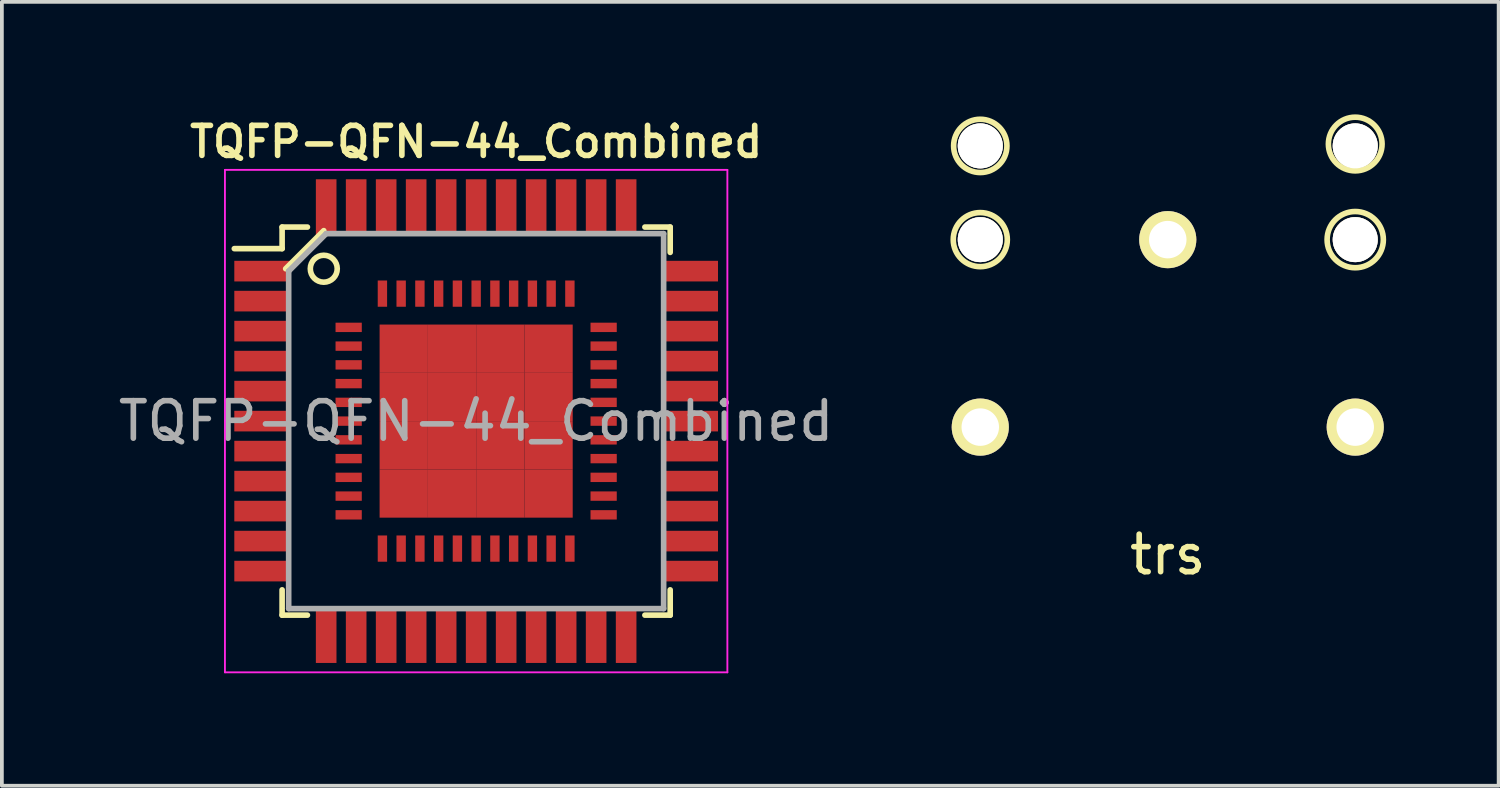
<source format=kicad_pcb>
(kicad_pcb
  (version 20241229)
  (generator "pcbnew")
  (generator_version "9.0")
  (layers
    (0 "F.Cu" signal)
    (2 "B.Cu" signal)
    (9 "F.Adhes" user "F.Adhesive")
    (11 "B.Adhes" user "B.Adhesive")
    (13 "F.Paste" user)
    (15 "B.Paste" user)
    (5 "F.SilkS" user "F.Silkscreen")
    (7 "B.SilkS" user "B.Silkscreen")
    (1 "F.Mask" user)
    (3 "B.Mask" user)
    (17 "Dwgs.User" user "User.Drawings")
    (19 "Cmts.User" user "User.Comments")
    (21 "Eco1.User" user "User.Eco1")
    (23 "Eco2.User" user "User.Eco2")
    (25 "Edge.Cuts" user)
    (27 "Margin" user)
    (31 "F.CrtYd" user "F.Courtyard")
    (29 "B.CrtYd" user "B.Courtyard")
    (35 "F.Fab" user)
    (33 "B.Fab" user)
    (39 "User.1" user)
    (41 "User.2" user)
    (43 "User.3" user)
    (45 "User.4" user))
  (footprint "TQFP-QFN-44_Combined"
    (layer "F.Cu")
    (at 9.649 8.181)
    (property "Reference" "TQFP-QFN-44_Combined" (at 0 -7.45 0) (layer "F.SilkS") (effects (font (size 0.8 0.8) (thickness 0.15))))
    (attr smd)
    (fp_line (start -5.175 -5.175) (end -5.175 -4.6) (stroke (width 0.15) (type solid)) (layer "F.SilkS"))
    (fp_line (start -5.175 -5.175) (end -4.5 -5.175) (stroke (width 0.15) (type solid)) (layer "F.SilkS"))
    (fp_line (start -5.175 -4.6) (end -6.45 -4.6) (stroke (width 0.15) (type solid)) (layer "F.SilkS"))
    (fp_line (start -5.175 5.175) (end -5.175 4.5) (stroke (width 0.15) (type solid)) (layer "F.SilkS"))
    (fp_line (start -5.175 5.175) (end -4.5 5.175) (stroke (width 0.15) (type solid)) (layer "F.SilkS"))
    (fp_line (start -5.08 -4.064) (end -4.064 -5.08) (stroke (width 0.15) (type solid)) (layer "F.SilkS"))
    (fp_line (start 5.175 -5.175) (end 4.5 -5.175) (stroke (width 0.15) (type solid)) (layer "F.SilkS"))
    (fp_line (start 5.175 -5.175) (end 5.175 -4.5) (stroke (width 0.15) (type solid)) (layer "F.SilkS"))
    (fp_line (start 5.175 5.175) (end 4.5 5.175) (stroke (width 0.15) (type solid)) (layer "F.SilkS"))
    (fp_line (start 5.175 5.175) (end 5.175 4.5) (stroke (width 0.15) (type solid)) (layer "F.SilkS"))
    (fp_circle (center -4.064 -4.064) (end -3.81 -3.81) (stroke (width 0.15) (type solid)) (fill no) (layer "F.SilkS"))
    (fp_line (start -6.7 -6.7) (end -6.7 6.7) (stroke (width 0.05) (type solid)) (layer "F.CrtYd"))
    (fp_line (start -6.7 -6.7) (end 6.7 -6.7) (stroke (width 0.05) (type solid)) (layer "F.CrtYd"))
    (fp_line (start -6.7 6.7) (end 6.7 6.7) (stroke (width 0.05) (type solid)) (layer "F.CrtYd"))
    (fp_line (start 6.7 -6.7) (end 6.7 6.7) (stroke (width 0.05) (type solid)) (layer "F.CrtYd"))
    (fp_line (start -5 -4) (end -4 -5) (stroke (width 0.15) (type solid)) (layer "F.Fab"))
    (fp_line (start -5 5) (end -5 -4) (stroke (width 0.15) (type solid)) (layer "F.Fab"))
    (fp_line (start -4 -5) (end 5 -5) (stroke (width 0.15) (type solid)) (layer "F.Fab"))
    (fp_line (start 5 -5) (end 5 5) (stroke (width 0.15) (type solid)) (layer "F.Fab"))
    (fp_line (start 5 5) (end -5 5) (stroke (width 0.15) (type solid)) (layer "F.Fab"))
    (fp_text user "${REFERENCE}" (at 0 0 0) (layer "F.Fab") (effects (font (size 1 1) (thickness 0.15))))
    (pad "1" smd rect (at -5.7 -4) (size 1.5 0.55) (layers "F.Cu" "F.Mask" "F.Paste"))
    (pad "1" smd rect (at -3.4 -2.5) (size 0.7 0.25) (layers "F.Cu" "F.Mask" "F.Paste"))
    (pad "2" smd rect (at -5.7 -3.2) (size 1.5 0.55) (layers "F.Cu" "F.Mask" "F.Paste"))
    (pad "2" smd rect (at -3.4 -2) (size 0.7 0.25) (layers "F.Cu" "F.Mask" "F.Paste"))
    (pad "3" smd rect (at -5.7 -2.4) (size 1.5 0.55) (layers "F.Cu" "F.Mask" "F.Paste"))
    (pad "3" smd rect (at -3.4 -1.5) (size 0.7 0.25) (layers "F.Cu" "F.Mask" "F.Paste"))
    (pad "4" smd rect (at -5.7 -1.6) (size 1.5 0.55) (layers "F.Cu" "F.Mask" "F.Paste"))
    (pad "4" smd rect (at -3.4 -1) (size 0.7 0.25) (layers "F.Cu" "F.Mask" "F.Paste"))
    (pad "5" smd rect (at -5.7 -0.8) (size 1.5 0.55) (layers "F.Cu" "F.Mask" "F.Paste"))
    (pad "5" smd rect (at -3.4 -0.5) (size 0.7 0.25) (layers "F.Cu" "F.Mask" "F.Paste"))
    (pad "6" smd rect (at -5.7 0) (size 1.5 0.55) (layers "F.Cu" "F.Mask" "F.Paste"))
    (pad "6" smd rect (at -3.4 0) (size 0.7 0.25) (layers "F.Cu" "F.Mask" "F.Paste"))
    (pad "7" smd rect (at -5.7 0.8) (size 1.5 0.55) (layers "F.Cu" "F.Mask" "F.Paste"))
    (pad "7" smd rect (at -3.4 0.5) (size 0.7 0.25) (layers "F.Cu" "F.Mask" "F.Paste"))
    (pad "8" smd rect (at -5.7 1.6) (size 1.5 0.55) (layers "F.Cu" "F.Mask" "F.Paste"))
    (pad "8" smd rect (at -3.4 1) (size 0.7 0.25) (layers "F.Cu" "F.Mask" "F.Paste"))
    (pad "9" smd rect (at -5.7 2.4) (size 1.5 0.55) (layers "F.Cu" "F.Mask" "F.Paste"))
    (pad "9" smd rect (at -3.4 1.5) (size 0.7 0.25) (layers "F.Cu" "F.Mask" "F.Paste"))
    (pad "10" smd rect (at -5.7 3.2) (size 1.5 0.55) (layers "F.Cu" "F.Mask" "F.Paste"))
    (pad "10" smd rect (at -3.4 2) (size 0.7 0.25) (layers "F.Cu" "F.Mask" "F.Paste"))
    (pad "11" smd rect (at -5.7 4) (size 1.5 0.55) (layers "F.Cu" "F.Mask" "F.Paste"))
    (pad "11" smd rect (at -3.4 2.5) (size 0.7 0.25) (layers "F.Cu" "F.Mask" "F.Paste"))
    (pad "12" smd rect (at -4 5.7 90) (size 1.5 0.55) (layers "F.Cu" "F.Mask" "F.Paste"))
    (pad "12" smd rect (at -2.5 3.4 90) (size 0.7 0.25) (layers "F.Cu" "F.Mask" "F.Paste"))
    (pad "13" smd rect (at -3.2 5.7 90) (size 1.5 0.55) (layers "F.Cu" "F.Mask" "F.Paste"))
    (pad "13" smd rect (at -2 3.4 90) (size 0.7 0.25) (layers "F.Cu" "F.Mask" "F.Paste"))
    (pad "14" smd rect (at -2.4 5.7 90) (size 1.5 0.55) (layers "F.Cu" "F.Mask" "F.Paste"))
    (pad "14" smd rect (at -1.5 3.4 90) (size 0.7 0.25) (layers "F.Cu" "F.Mask" "F.Paste"))
    (pad "15" smd rect (at -1.6 5.7 90) (size 1.5 0.55) (layers "F.Cu" "F.Mask" "F.Paste"))
    (pad "15" smd rect (at -1 3.4 90) (size 0.7 0.25) (layers "F.Cu" "F.Mask" "F.Paste"))
    (pad "16" smd rect (at -0.8 5.7 90) (size 1.5 0.55) (layers "F.Cu" "F.Mask" "F.Paste"))
    (pad "16" smd rect (at -0.5 3.4 90) (size 0.7 0.25) (layers "F.Cu" "F.Mask" "F.Paste"))
    (pad "17" smd rect (at 0 3.4 90) (size 0.7 0.25) (layers "F.Cu" "F.Mask" "F.Paste"))
    (pad "17" smd rect (at 0 5.7 90) (size 1.5 0.55) (layers "F.Cu" "F.Mask" "F.Paste"))
    (pad "18" smd rect (at 0.5 3.4 90) (size 0.7 0.25) (layers "F.Cu" "F.Mask" "F.Paste"))
    (pad "18" smd rect (at 0.8 5.7 90) (size 1.5 0.55) (layers "F.Cu" "F.Mask" "F.Paste"))
    (pad "19" smd rect (at 1 3.4 90) (size 0.7 0.25) (layers "F.Cu" "F.Mask" "F.Paste"))
    (pad "19" smd rect (at 1.6 5.7 90) (size 1.5 0.55) (layers "F.Cu" "F.Mask" "F.Paste"))
    (pad "20" smd rect (at 1.5 3.4 90) (size 0.7 0.25) (layers "F.Cu" "F.Mask" "F.Paste"))
    (pad "20" smd rect (at 2.4 5.7 90) (size 1.5 0.55) (layers "F.Cu" "F.Mask" "F.Paste"))
    (pad "21" smd rect (at 2 3.4 90) (size 0.7 0.25) (layers "F.Cu" "F.Mask" "F.Paste"))
    (pad "21" smd rect (at 3.2 5.7 90) (size 1.5 0.55) (layers "F.Cu" "F.Mask" "F.Paste"))
    (pad "22" smd rect (at 2.5 3.4 90) (size 0.7 0.25) (layers "F.Cu" "F.Mask" "F.Paste"))
    (pad "22" smd rect (at 4 5.7 90) (size 1.5 0.55) (layers "F.Cu" "F.Mask" "F.Paste"))
    (pad "23" smd rect (at 3.4 2.5) (size 0.7 0.25) (layers "F.Cu" "F.Mask" "F.Paste"))
    (pad "23" smd rect (at 5.7 4) (size 1.5 0.55) (layers "F.Cu" "F.Mask" "F.Paste"))
    (pad "24" smd rect (at 3.4 2) (size 0.7 0.25) (layers "F.Cu" "F.Mask" "F.Paste"))
    (pad "24" smd rect (at 5.7 3.2) (size 1.5 0.55) (layers "F.Cu" "F.Mask" "F.Paste"))
    (pad "25" smd rect (at 3.4 1.5) (size 0.7 0.25) (layers "F.Cu" "F.Mask" "F.Paste"))
    (pad "25" smd rect (at 5.7 2.4) (size 1.5 0.55) (layers "F.Cu" "F.Mask" "F.Paste"))
    (pad "26" smd rect (at 3.4 1) (size 0.7 0.25) (layers "F.Cu" "F.Mask" "F.Paste"))
    (pad "26" smd rect (at 5.7 1.6) (size 1.5 0.55) (layers "F.Cu" "F.Mask" "F.Paste"))
    (pad "27" smd rect (at 3.4 0.5) (size 0.7 0.25) (layers "F.Cu" "F.Mask" "F.Paste"))
    (pad "27" smd rect (at 5.7 0.8) (size 1.5 0.55) (layers "F.Cu" "F.Mask" "F.Paste"))
    (pad "28" smd rect (at 3.4 0) (size 0.7 0.25) (layers "F.Cu" "F.Mask" "F.Paste"))
    (pad "28" smd rect (at 5.7 0) (size 1.5 0.55) (layers "F.Cu" "F.Mask" "F.Paste"))
    (pad "29" smd rect (at 3.4 -0.5) (size 0.7 0.25) (layers "F.Cu" "F.Mask" "F.Paste"))
    (pad "29" smd rect (at 5.7 -0.8) (size 1.5 0.55) (layers "F.Cu" "F.Mask" "F.Paste"))
    (pad "30" smd rect (at 3.4 -1) (size 0.7 0.25) (layers "F.Cu" "F.Mask" "F.Paste"))
    (pad "30" smd rect (at 5.7 -1.6) (size 1.5 0.55) (layers "F.Cu" "F.Mask" "F.Paste"))
    (pad "31" smd rect (at 3.4 -1.5) (size 0.7 0.25) (layers "F.Cu" "F.Mask" "F.Paste"))
    (pad "31" smd rect (at 5.7 -2.4) (size 1.5 0.55) (layers "F.Cu" "F.Mask" "F.Paste"))
    (pad "32" smd rect (at 3.4 -2) (size 0.7 0.25) (layers "F.Cu" "F.Mask" "F.Paste"))
    (pad "32" smd rect (at 5.7 -3.2) (size 1.5 0.55) (layers "F.Cu" "F.Mask" "F.Paste"))
    (pad "33" smd rect (at 3.4 -2.5) (size 0.7 0.25) (layers "F.Cu" "F.Mask" "F.Paste"))
    (pad "33" smd rect (at 5.7 -4) (size 1.5 0.55) (layers "F.Cu" "F.Mask" "F.Paste"))
    (pad "34" smd rect (at 2.5 -3.4 90) (size 0.7 0.25) (layers "F.Cu" "F.Mask" "F.Paste"))
    (pad "34" smd rect (at 4 -5.7 90) (size 1.5 0.55) (layers "F.Cu" "F.Mask" "F.Paste"))
    (pad "35" smd rect (at 2 -3.4 90) (size 0.7 0.25) (layers "F.Cu" "F.Mask" "F.Paste"))
    (pad "35" smd rect (at 3.2 -5.7 90) (size 1.5 0.55) (layers "F.Cu" "F.Mask" "F.Paste"))
    (pad "36" smd rect (at 1.5 -3.4 90) (size 0.7 0.25) (layers "F.Cu" "F.Mask" "F.Paste"))
    (pad "36" smd rect (at 2.4 -5.7 90) (size 1.5 0.55) (layers "F.Cu" "F.Mask" "F.Paste"))
    (pad "37" smd rect (at 1 -3.4 90) (size 0.7 0.25) (layers "F.Cu" "F.Mask" "F.Paste"))
    (pad "37" smd rect (at 1.6 -5.7 90) (size 1.5 0.55) (layers "F.Cu" "F.Mask" "F.Paste"))
    (pad "38" smd rect (at 0.5 -3.4 90) (size 0.7 0.25) (layers "F.Cu" "F.Mask" "F.Paste"))
    (pad "38" smd rect (at 0.8 -5.7 90) (size 1.5 0.55) (layers "F.Cu" "F.Mask" "F.Paste"))
    (pad "39" smd rect (at 0 -5.7 90) (size 1.5 0.55) (layers "F.Cu" "F.Mask" "F.Paste"))
    (pad "39" smd rect (at 0 -3.4 90) (size 0.7 0.25) (layers "F.Cu" "F.Mask" "F.Paste"))
    (pad "40" smd rect (at -0.8 -5.7 90) (size 1.5 0.55) (layers "F.Cu" "F.Mask" "F.Paste"))
    (pad "40" smd rect (at -0.5 -3.4 90) (size 0.7 0.25) (layers "F.Cu" "F.Mask" "F.Paste"))
    (pad "41" smd rect (at -1.6 -5.7 90) (size 1.5 0.55) (layers "F.Cu" "F.Mask" "F.Paste"))
    (pad "41" smd rect (at -1 -3.4 90) (size 0.7 0.25) (layers "F.Cu" "F.Mask" "F.Paste"))
    (pad "42" smd rect (at -2.4 -5.7 90) (size 1.5 0.55) (layers "F.Cu" "F.Mask" "F.Paste"))
    (pad "42" smd rect (at -1.5 -3.4 90) (size 0.7 0.25) (layers "F.Cu" "F.Mask" "F.Paste"))
    (pad "43" smd rect (at -3.2 -5.7 90) (size 1.5 0.55) (layers "F.Cu" "F.Mask" "F.Paste"))
    (pad "43" smd rect (at -2 -3.4 90) (size 0.7 0.25) (layers "F.Cu" "F.Mask" "F.Paste"))
    (pad "44" smd rect (at -4 -5.7 90) (size 1.5 0.55) (layers "F.Cu" "F.Mask" "F.Paste"))
    (pad "44" smd rect (at -2.5 -3.4 90) (size 0.7 0.25) (layers "F.Cu" "F.Mask" "F.Paste"))
    (pad "45" smd rect (at -1.931 -1.931) (size 1.288 1.288) (layers "F.Cu" "F.Mask" "F.Paste"))
    (pad "45" smd rect (at -1.931 -0.644) (size 1.288 1.288) (layers "F.Cu" "F.Mask" "F.Paste"))
    (pad "45" smd rect (at -1.931 0.644) (size 1.288 1.288) (layers "F.Cu" "F.Mask" "F.Paste"))
    (pad "45" smd rect (at -1.931 1.931) (size 1.288 1.288) (layers "F.Cu" "F.Mask" "F.Paste"))
    (pad "45" smd rect (at -0.644 -1.931) (size 1.288 1.288) (layers "F.Cu" "F.Mask" "F.Paste"))
    (pad "45" smd rect (at -0.644 -0.644) (size 1.288 1.288) (layers "F.Cu" "F.Mask" "F.Paste"))
    (pad "45" smd rect (at -0.644 0.644) (size 1.288 1.288) (layers "F.Cu" "F.Mask" "F.Paste"))
    (pad "45" smd rect (at -0.644 1.931) (size 1.288 1.288) (layers "F.Cu" "F.Mask" "F.Paste"))
    (pad "45" smd rect (at 0.644 -1.931) (size 1.288 1.288) (layers "F.Cu" "F.Mask" "F.Paste"))
    (pad "45" smd rect (at 0.644 -0.644) (size 1.288 1.288) (layers "F.Cu" "F.Mask" "F.Paste"))
    (pad "45" smd rect (at 0.644 0.644) (size 1.288 1.288) (layers "F.Cu" "F.Mask" "F.Paste"))
    (pad "45" smd rect (at 0.644 1.931) (size 1.288 1.288) (layers "F.Cu" "F.Mask" "F.Paste"))
    (pad "45" smd rect (at 1.931 -1.931) (size 1.288 1.288) (layers "F.Cu" "F.Mask" "F.Paste"))
    (pad "45" smd rect (at 1.931 -0.644) (size 1.288 1.288) (layers "F.Cu" "F.Mask" "F.Paste"))
    (pad "45" smd rect (at 1.931 0.644) (size 1.288 1.288) (layers "F.Cu" "F.Mask" "F.Paste"))
    (pad "45" smd rect (at 1.931 1.931) (size 1.288 1.288) (layers "F.Cu" "F.Mask" "F.Paste")))
  (footprint "trs"
    (layer "F.Cu")
    (at 28.094 3.341)
    (property "Reference" "trs" (at 0 8.4 0) (layer "F.SilkS") (effects (font (size 1 1) (thickness 0.15))))
    (attr through_hole)
    (fp_circle (center -5 -2.5) (end -4.55 -1.95) (stroke (width 0.15) (type solid)) (fill no) (layer "F.SilkS"))
    (fp_circle (center -5 0) (end -4.6 0.6) (stroke (width 0.15) (type solid)) (fill no) (layer "F.SilkS"))
    (fp_circle (center 5 -2.55) (end 5.3 -1.9) (stroke (width 0.15) (type solid)) (fill no) (layer "F.SilkS"))
    (fp_circle (center 5 0) (end 5.6 0.45) (stroke (width 0.15) (type solid)) (fill no) (layer "F.SilkS"))
    (pad "1" thru_hole circle (at 0 0) (size 1.524 1.524) (drill 1) (layers "*.Cu" "*.Mask" "F.SilkS"))
    (pad "2" thru_hole circle (at 5 5) (size 1.524 1.524) (drill 1) (layers "*.Cu" "*.Mask" "F.SilkS"))
    (pad "3" thru_hole circle (at -5 5) (size 1.524 1.524) (drill 1) (layers "*.Cu" "*.Mask" "F.SilkS"))
    (pad "4" thru_hole circle (at 5 0) (size 1.2 1.2) (drill 1.2) (layers "*.Cu" "*.Mask" "F.SilkS"))
    (pad "5" thru_hole circle (at -5 0) (size 1.2 1.2) (drill 1.2) (layers "*.Cu" "*.Mask" "F.SilkS"))
    (pad "7" thru_hole circle (at 5 -2.5) (size 1.2 1.2) (drill 1.2) (layers "*.Cu" "*.Mask" "F.SilkS"))
    (pad "8" thru_hole circle (at -5 -2.5) (size 1.2 1.2) (drill 1.2) (layers "*.Cu" "*.Mask" "F.SilkS")))
  (gr_rect
    (start -3 -3)
    (end 36.919 17.906)
    (stroke (width 0.1) (type default))
    (fill no)
    (layer "Edge.Cuts")))
</source>
